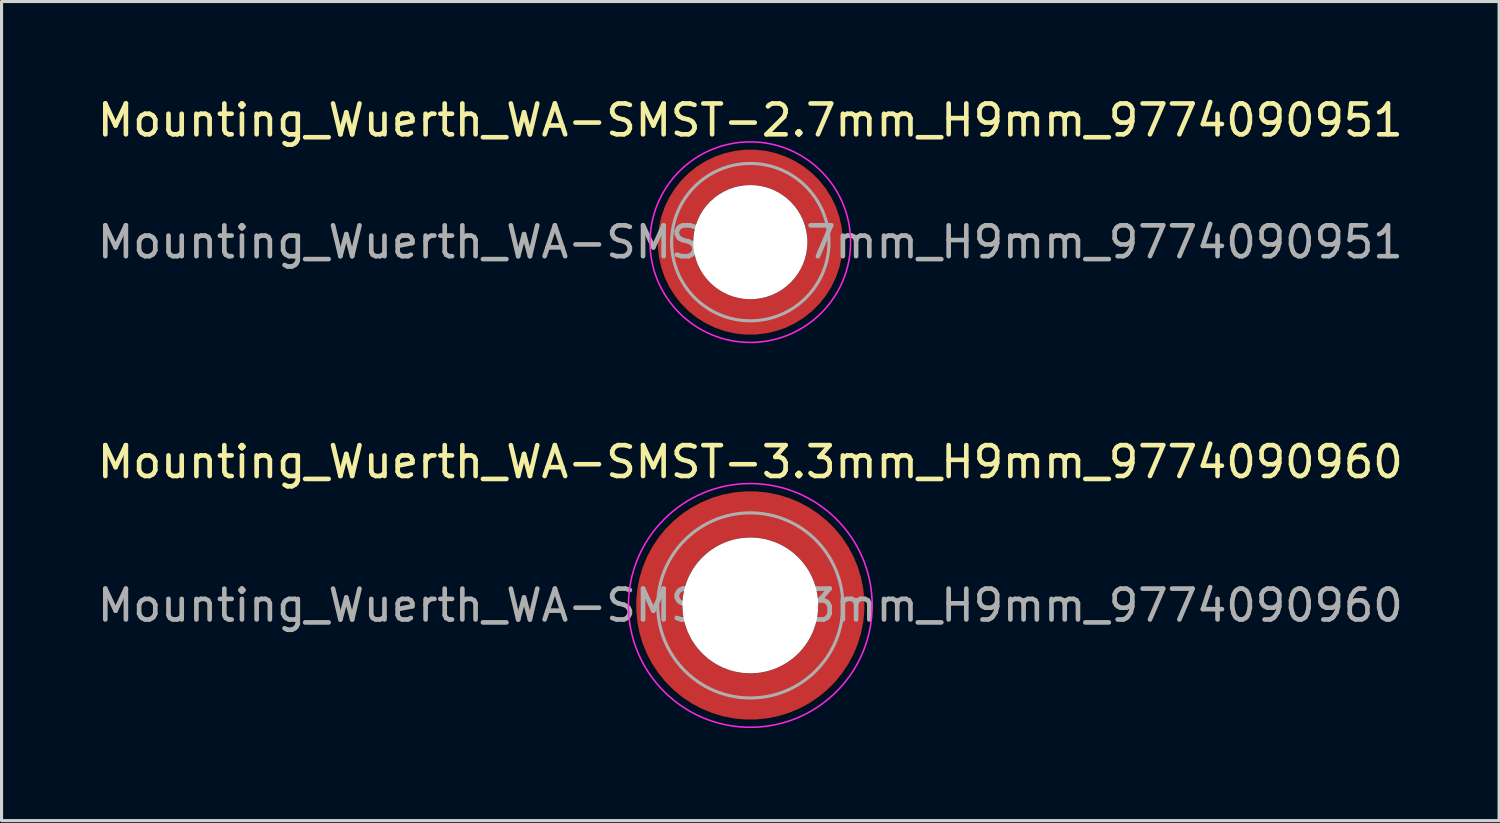
<source format=kicad_pcb>
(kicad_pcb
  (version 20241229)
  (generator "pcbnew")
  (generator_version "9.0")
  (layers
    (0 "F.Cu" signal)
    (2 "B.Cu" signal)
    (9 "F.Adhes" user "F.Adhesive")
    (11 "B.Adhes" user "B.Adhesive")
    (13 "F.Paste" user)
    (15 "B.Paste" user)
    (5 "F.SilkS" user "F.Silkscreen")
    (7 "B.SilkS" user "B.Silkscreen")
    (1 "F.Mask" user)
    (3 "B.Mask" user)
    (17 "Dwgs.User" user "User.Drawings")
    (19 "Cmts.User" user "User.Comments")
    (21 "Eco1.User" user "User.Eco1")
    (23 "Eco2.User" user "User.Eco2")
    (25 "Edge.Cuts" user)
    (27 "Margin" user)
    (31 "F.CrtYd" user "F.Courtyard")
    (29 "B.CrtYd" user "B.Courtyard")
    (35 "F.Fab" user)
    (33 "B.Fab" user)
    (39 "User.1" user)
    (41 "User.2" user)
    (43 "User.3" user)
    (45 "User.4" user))
  (footprint "Mounting_Wuerth_WA-SMST-2.7mm_H9mm_9774090951"
    (layer "F.Cu")
    (at 21.268 4.798)
    (property "Reference" "Mounting_Wuerth_WA-SMST-2.7mm_H9mm_9774090951" (at 0 -3.95 0) (layer "F.SilkS") (effects (font (size 1 1) (thickness 0.15))))
    (attr smd)
    (fp_circle (center 0 0) (end 3.25 0) (stroke (width 0.05) (type solid)) (fill no) (layer "F.CrtYd"))
    (fp_circle (center 0 0) (end 2.55 0) (stroke (width 0.1) (type solid)) (fill no) (layer "F.Fab"))
    (fp_text user "${REFERENCE}" (at 0 0 0) (layer "F.Fab") (effects (font (size 1 1) (thickness 0.15))))
    (pad "" smd custom (at -1.704 -1.704) (size 0.62 0.62) (layers "F.Paste") (options (anchor circle)) (primitives (gr_arc (start -0.250195 1.279127) (mid 0.289146 0.290681) (end 1.277006 -0.249732) (width 0.2)) (gr_arc (start -0.34334 1.279127) (mid 0.224883 0.226093) (end 1.277452 -0.342992) (width 0.2)) (gr_arc (start -0.436309 1.279127) (mid 0.160537 0.16159) (end 1.277666 -0.436018) (width 0.2)) (gr_arc (start -0.529126 1.279127) (mid 0.095932 0.097343) (end 1.277167 -0.528752) (width 0.2)) (gr_arc (start -0.621807 1.279127) (mid 0.0309 0.033527) (end 1.275473 -0.621136) (width 0.2)) (gr_arc (start -0.71437 1.279127) (mid -0.03322 -0.031206) (end 1.276322 -0.713875) (width 0.2)) (gr_arc (start -0.806826 1.279127) (mid -0.097997 -0.095278) (end 1.275336 -0.806181) (width 0.2)) (gr_arc (start -0.899187 1.279127) (mid -0.161977 -0.160149) (end 1.276577 -0.898769) (width 0.2)) (gr_arc (start -0.991463 1.279127) (mid -0.226842 -0.224133) (end 1.275343 -0.990864) (width 0.2)) (gr_arc (start -1.083663 1.279127) (mid -0.291026 -0.288801) (end 1.276016 -1.083187) (width 0.2)) (gr_line (start 1.279 -0.25) (end 1.279 -1.084) (width 0.2)) (gr_line (start -0.25 1.279) (end -1.084 1.279) (width 0.2))))
    (pad "" smd custom (at -1.704 1.704) (size 0.62 0.62) (layers "F.Paste") (options (anchor circle)) (primitives (gr_arc (start 1.279127 0.250195) (mid 0.290681 -0.289146) (end -0.249732 -1.277006) (width 0.2)) (gr_arc (start 1.279127 0.34334) (mid 0.226093 -0.224883) (end -0.342992 -1.277452) (width 0.2)) (gr_arc (start 1.279127 0.436309) (mid 0.16159 -0.160537) (end -0.436018 -1.277666) (width 0.2)) (gr_arc (start 1.279127 0.529126) (mid 0.097343 -0.095932) (end -0.528752 -1.277167) (width 0.2)) (gr_arc (start 1.279127 0.621807) (mid 0.033527 -0.0309) (end -0.621136 -1.275473) (width 0.2)) (gr_arc (start 1.279127 0.71437) (mid -0.031206 0.03322) (end -0.713875 -1.276322) (width 0.2)) (gr_arc (start 1.279127 0.806826) (mid -0.095278 0.097997) (end -0.806181 -1.275336) (width 0.2)) (gr_arc (start 1.279127 0.899187) (mid -0.160149 0.161977) (end -0.898769 -1.276577) (width 0.2)) (gr_arc (start 1.279127 0.991463) (mid -0.224133 0.226842) (end -0.990864 -1.275343) (width 0.2)) (gr_arc (start 1.279127 1.083663) (mid -0.288801 0.291026) (end -1.083187 -1.276016) (width 0.2)) (gr_line (start -0.25 -1.279) (end -1.084 -1.279) (width 0.2)) (gr_line (start 1.279 0.25) (end 1.279 1.084) (width 0.2))))
    (pad "" np_thru_hole circle (at 0 0) (size 3.7 3.7) (drill 3.7) (layers "*.Cu" "*.Mask"))
    (pad "" smd custom (at 1.704 -1.704) (size 0.62 0.62) (layers "F.Paste") (options (anchor circle)) (primitives (gr_arc (start -1.279127 -0.250195) (mid -0.290681 0.289146) (end 0.249732 1.277006) (width 0.2)) (gr_arc (start -1.279127 -0.34334) (mid -0.226093 0.224883) (end 0.342992 1.277452) (width 0.2)) (gr_arc (start -1.279127 -0.436309) (mid -0.16159 0.160537) (end 0.436018 1.277666) (width 0.2)) (gr_arc (start -1.279127 -0.529126) (mid -0.097343 0.095932) (end 0.528752 1.277167) (width 0.2)) (gr_arc (start -1.279127 -0.621807) (mid -0.033527 0.0309) (end 0.621136 1.275473) (width 0.2)) (gr_arc (start -1.279127 -0.71437) (mid 0.031206 -0.03322) (end 0.713875 1.276322) (width 0.2)) (gr_arc (start -1.279127 -0.806826) (mid 0.095278 -0.097997) (end 0.806181 1.275336) (width 0.2)) (gr_arc (start -1.279127 -0.899187) (mid 0.160149 -0.161977) (end 0.898769 1.276577) (width 0.2)) (gr_arc (start -1.279127 -0.991463) (mid 0.224133 -0.226842) (end 0.990864 1.275343) (width 0.2)) (gr_arc (start -1.279127 -1.083663) (mid 0.288801 -0.291026) (end 1.083187 1.276016) (width 0.2)) (gr_line (start 0.25 1.279) (end 1.084 1.279) (width 0.2)) (gr_line (start -1.279 -0.25) (end -1.279 -1.084) (width 0.2))))
    (pad "" smd custom (at 1.704 1.704) (size 0.62 0.62) (layers "F.Paste") (options (anchor circle)) (primitives (gr_arc (start 0.250195 -1.279127) (mid -0.289146 -0.290681) (end -1.277006 0.249732) (width 0.2)) (gr_arc (start 0.34334 -1.279127) (mid -0.224883 -0.226093) (end -1.277452 0.342992) (width 0.2)) (gr_arc (start 0.436309 -1.279127) (mid -0.160537 -0.16159) (end -1.277666 0.436018) (width 0.2)) (gr_arc (start 0.529126 -1.279127) (mid -0.095932 -0.097343) (end -1.277167 0.528752) (width 0.2)) (gr_arc (start 0.621807 -1.279127) (mid -0.0309 -0.033527) (end -1.275473 0.621136) (width 0.2)) (gr_arc (start 0.71437 -1.279127) (mid 0.03322 0.031206) (end -1.276322 0.713875) (width 0.2)) (gr_arc (start 0.806826 -1.279127) (mid 0.097997 0.095278) (end -1.275336 0.806181) (width 0.2)) (gr_arc (start 0.899187 -1.279127) (mid 0.161977 0.160149) (end -1.276577 0.898769) (width 0.2)) (gr_arc (start 0.991463 -1.279127) (mid 0.226842 0.224133) (end -1.275343 0.990864) (width 0.2)) (gr_arc (start 1.083663 -1.279127) (mid 0.291026 0.288801) (end -1.276016 1.083187) (width 0.2)) (gr_line (start -1.279 0.25) (end -1.279 1.084) (width 0.2)) (gr_line (start 0.25 -1.279) (end 1.084 -1.279) (width 0.2))))
    (pad "1" smd circle (at -2.425 0) (size 0.75 0.75) (layers "F.Cu"))
    (pad "1" smd circle (at 0 -2.425) (size 0.75 0.75) (layers "F.Cu"))
    (pad "1" smd circle (at 0 2.425) (size 0.75 0.75) (layers "F.Cu"))
    (pad "1" smd custom (at 2.425 0) (size 0.75 0.75) (layers "F.Cu" "F.Mask") (options (anchor circle)) (primitives (gr_circle (center -2.425 0) (end 0 0) (width 1.15) (fill no)))))
  (footprint "Mounting_Wuerth_WA-SMST-3.3mm_H9mm_9774090960"
    (layer "F.Cu")
    (at 21.268 16.572)
    (property "Reference" "Mounting_Wuerth_WA-SMST-3.3mm_H9mm_9774090960" (at 0 -4.65 0) (layer "F.SilkS") (effects (font (size 1 1) (thickness 0.15))))
    (attr smd)
    (fp_circle (center 0 0) (end 3.95 0) (stroke (width 0.05) (type solid)) (fill no) (layer "F.CrtYd"))
    (fp_circle (center 0 0) (end 3 0) (stroke (width 0.1) (type solid)) (fill no) (layer "F.Fab"))
    (fp_text user "${REFERENCE}" (at 0 0 0) (layer "F.Fab") (effects (font (size 1 1) (thickness 0.15))))
    (pad "" smd custom (at -2.058 -2.058) (size 0.7 0.7) (layers "F.Paste") (options (anchor circle)) (primitives (gr_arc (start -0.377294 1.707681) (mid 0.317579 0.318817) (end 1.705947 -0.377044) (width 0.2)) (gr_arc (start -0.478281 1.707681) (mid 0.246161 0.248814) (end 1.703965 -0.477765) (width 0.2)) (gr_arc (start -0.579192 1.707681) (mid 0.175492 0.178063) (end 1.704077 -0.578711) (width 0.2)) (gr_arc (start -0.680037 1.707681) (mid 0.105568 0.106564) (end 1.706284 -0.679858) (width 0.2)) (gr_arc (start -0.780822 1.707681) (mid 0.034627 0.036085) (end 1.705634 -0.780569) (width 0.2)) (gr_arc (start -0.881554 1.707681) (mid -0.035694 -0.035016) (end 1.706729 -0.881441) (width 0.2)) (gr_arc (start -0.982237 1.707681) (mid -0.107281 -0.10485) (end 1.704266 -0.981842) (width 0.2)) (gr_arc (start -1.082877 1.707681) (mid -0.178372 -0.175181) (end 1.703197 -1.082374) (width 0.2)) (gr_arc (start -1.183476 1.707681) (mid -0.248964 -0.246008) (end 1.703525 -1.183025) (width 0.2)) (gr_arc (start -1.28404 1.707681) (mid -0.319062 -0.317333) (end 1.70525 -1.283784) (width 0.2)) (gr_line (start 1.708 -0.377) (end 1.708 -1.284) (width 0.2)) (gr_line (start -0.377 1.708) (end -1.284 1.708) (width 0.2))))
    (pad "" smd custom (at -2.058 2.058) (size 0.7 0.7) (layers "F.Paste") (options (anchor circle)) (primitives (gr_arc (start 1.707681 0.377294) (mid 0.318817 -0.317579) (end -0.377044 -1.705947) (width 0.2)) (gr_arc (start 1.707681 0.478281) (mid 0.248814 -0.246161) (end -0.477765 -1.703965) (width 0.2)) (gr_arc (start 1.707681 0.579192) (mid 0.178063 -0.175492) (end -0.578711 -1.704077) (width 0.2)) (gr_arc (start 1.707681 0.680037) (mid 0.106564 -0.105568) (end -0.679858 -1.706284) (width 0.2)) (gr_arc (start 1.707681 0.780822) (mid 0.036085 -0.034627) (end -0.780569 -1.705634) (width 0.2)) (gr_arc (start 1.707681 0.881554) (mid -0.035016 0.035694) (end -0.881441 -1.706729) (width 0.2)) (gr_arc (start 1.707681 0.982237) (mid -0.10485 0.107281) (end -0.981842 -1.704266) (width 0.2)) (gr_arc (start 1.707681 1.082877) (mid -0.175181 0.178372) (end -1.082374 -1.703197) (width 0.2)) (gr_arc (start 1.707681 1.183476) (mid -0.246008 0.248964) (end -1.183025 -1.703525) (width 0.2)) (gr_arc (start 1.707681 1.28404) (mid -0.317333 0.319062) (end -1.283784 -1.70525) (width 0.2)) (gr_line (start -0.377 -1.708) (end -1.284 -1.708) (width 0.2)) (gr_line (start 1.708 0.377) (end 1.708 1.284) (width 0.2))))
    (pad "" np_thru_hole circle (at 0 0) (size 4.4 4.4) (drill 4.4) (layers "*.Cu" "*.Mask"))
    (pad "" smd custom (at 2.058 -2.058) (size 0.7 0.7) (layers "F.Paste") (options (anchor circle)) (primitives (gr_arc (start -1.707681 -0.377294) (mid -0.318817 0.317579) (end 0.377044 1.705947) (width 0.2)) (gr_arc (start -1.707681 -0.478281) (mid -0.248814 0.246161) (end 0.477765 1.703965) (width 0.2)) (gr_arc (start -1.707681 -0.579192) (mid -0.178063 0.175492) (end 0.578711 1.704077) (width 0.2)) (gr_arc (start -1.707681 -0.680037) (mid -0.106564 0.105568) (end 0.679858 1.706284) (width 0.2)) (gr_arc (start -1.707681 -0.780822) (mid -0.036085 0.034627) (end 0.780569 1.705634) (width 0.2)) (gr_arc (start -1.707681 -0.881554) (mid 0.035016 -0.035694) (end 0.881441 1.706729) (width 0.2)) (gr_arc (start -1.707681 -0.982237) (mid 0.10485 -0.107281) (end 0.981842 1.704266) (width 0.2)) (gr_arc (start -1.707681 -1.082877) (mid 0.175181 -0.178372) (end 1.082374 1.703197) (width 0.2)) (gr_arc (start -1.707681 -1.183476) (mid 0.246008 -0.248964) (end 1.183025 1.703525) (width 0.2)) (gr_arc (start -1.707681 -1.28404) (mid 0.317333 -0.319062) (end 1.283784 1.70525) (width 0.2)) (gr_line (start 0.377 1.708) (end 1.284 1.708) (width 0.2)) (gr_line (start -1.708 -0.377) (end -1.708 -1.284) (width 0.2))))
    (pad "" smd custom (at 2.058 2.058) (size 0.7 0.7) (layers "F.Paste") (options (anchor circle)) (primitives (gr_arc (start 0.377294 -1.707681) (mid -0.317579 -0.318817) (end -1.705947 0.377044) (width 0.2)) (gr_arc (start 0.478281 -1.707681) (mid -0.246161 -0.248814) (end -1.703965 0.477765) (width 0.2)) (gr_arc (start 0.579192 -1.707681) (mid -0.175492 -0.178063) (end -1.704077 0.578711) (width 0.2)) (gr_arc (start 0.680037 -1.707681) (mid -0.105568 -0.106564) (end -1.706284 0.679858) (width 0.2)) (gr_arc (start 0.780822 -1.707681) (mid -0.034627 -0.036085) (end -1.705634 0.780569) (width 0.2)) (gr_arc (start 0.881554 -1.707681) (mid 0.035694 0.035016) (end -1.706729 0.881441) (width 0.2)) (gr_arc (start 0.982237 -1.707681) (mid 0.107281 0.10485) (end -1.704266 0.981842) (width 0.2)) (gr_arc (start 1.082877 -1.707681) (mid 0.178372 0.175181) (end -1.703197 1.082374) (width 0.2)) (gr_arc (start 1.183476 -1.707681) (mid 0.248964 0.246008) (end -1.703525 1.183025) (width 0.2)) (gr_arc (start 1.28404 -1.707681) (mid 0.319062 0.317333) (end -1.70525 1.283784) (width 0.2)) (gr_line (start -1.708 0.377) (end -1.708 1.284) (width 0.2)) (gr_line (start 0.377 -1.708) (end 1.284 -1.708) (width 0.2))))
    (pad "1" smd circle (at -2.95 0) (size 1.1 1.1) (layers "F.Cu"))
    (pad "1" smd circle (at 0 -2.95) (size 1.1 1.1) (layers "F.Cu"))
    (pad "1" smd circle (at 0 2.95) (size 1.1 1.1) (layers "F.Cu"))
    (pad "1" smd custom (at 2.95 0) (size 1.1 1.1) (layers "F.Cu" "F.Mask") (options (anchor circle)) (primitives (gr_circle (center -2.95 0) (end 0 0) (width 1.5) (fill no)))))
  (gr_rect
    (start -3 -3)
    (end 45.536 23.547)
    (stroke (width 0.1) (type default))
    (fill no)
    (layer "Edge.Cuts")))
</source>
